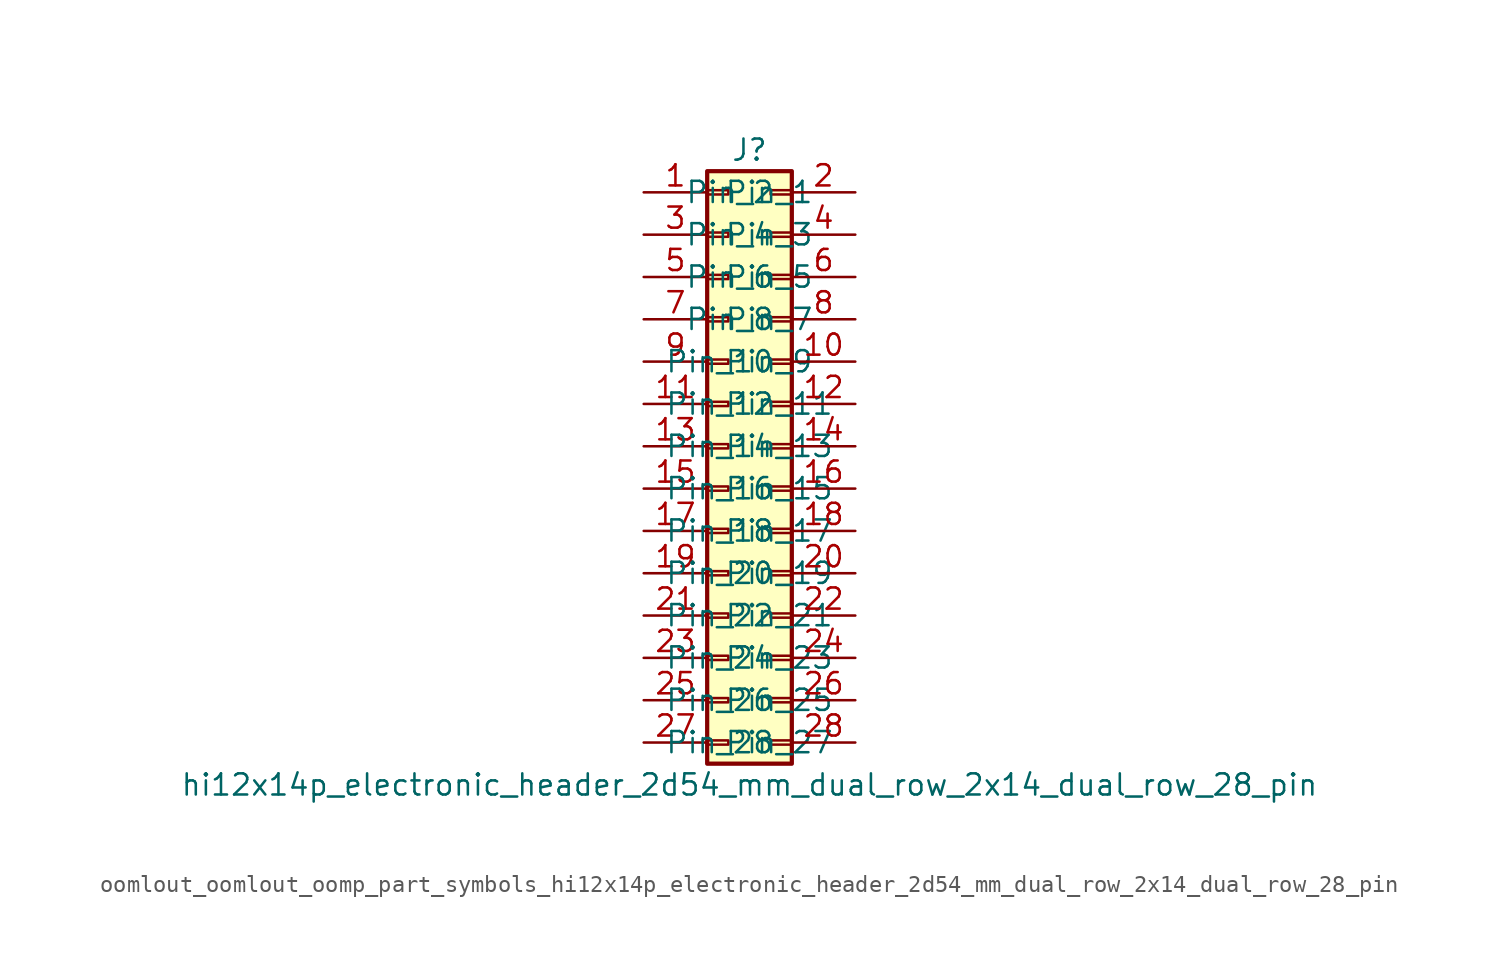
<source format=kicad_sym>
(kicad_symbol_lib
  (version 20220914)
  (generator kicad_symbol_editor)
  (symbol "oomlout_oomlout_oomp_part_symbols_hi12x14p_electronic_header_2d54_mm_dual_row_2x14_dual_row_28_pin"
    (pin_names
      (offset 1.016))
    (property "Reference" "J"
      (at 1.27 17.78 0)
      (effects (font (size 1.27 1.27))))
    (property "Value" "hi12x14p_electronic_header_2d54_mm_dual_row_2x14_dual_row_28_pin"
      (at 1.27 -20.32 0)
      (effects (font (size 1.27 1.27))))
    (symbol "oomlout_oomlout_oomp_part_symbols_hi12x14p_electronic_header_2d54_mm_dual_row_2x14_dual_row_28_pin_1_1"
      (rectangle (start -1.27 -17.653) (end 0 -17.907) (stroke (width 0.152) (type default)) (fill (type none)))
      (rectangle (start -1.27 -15.113) (end 0 -15.367) (stroke (width 0.152) (type default)) (fill (type none)))
      (rectangle (start -1.27 -12.573) (end 0 -12.827) (stroke (width 0.152) (type default)) (fill (type none)))
      (rectangle (start -1.27 -10.033) (end 0 -10.287) (stroke (width 0.152) (type default)) (fill (type none)))
      (rectangle (start -1.27 -7.493) (end 0 -7.747) (stroke (width 0.152) (type default)) (fill (type none)))
      (rectangle (start -1.27 -4.953) (end 0 -5.207) (stroke (width 0.152) (type default)) (fill (type none)))
      (rectangle (start -1.27 -2.413) (end 0 -2.667) (stroke (width 0.152) (type default)) (fill (type none)))
      (rectangle (start -1.27 0.127) (end 0 -0.127) (stroke (width 0.152) (type default)) (fill (type none)))
      (rectangle (start -1.27 2.667) (end 0 2.413) (stroke (width 0.152) (type default)) (fill (type none)))
      (rectangle (start -1.27 5.207) (end 0 4.953) (stroke (width 0.152) (type default)) (fill (type none)))
      (rectangle (start -1.27 7.747) (end 0 7.493) (stroke (width 0.152) (type default)) (fill (type none)))
      (rectangle (start -1.27 10.287) (end 0 10.033) (stroke (width 0.152) (type default)) (fill (type none)))
      (rectangle (start -1.27 12.827) (end 0 12.573) (stroke (width 0.152) (type default)) (fill (type none)))
      (rectangle (start -1.27 15.367) (end 0 15.113) (stroke (width 0.152) (type default)) (fill (type none)))
      (rectangle (start -1.27 16.51) (end 3.81 -19.05) (stroke (width 0.254) (type default)) (fill (type background)))
      (rectangle (start 3.81 -17.653) (end 2.54 -17.907) (stroke (width 0.152) (type default)) (fill (type none)))
      (rectangle (start 3.81 -15.113) (end 2.54 -15.367) (stroke (width 0.152) (type default)) (fill (type none)))
      (rectangle (start 3.81 -12.573) (end 2.54 -12.827) (stroke (width 0.152) (type default)) (fill (type none)))
      (rectangle (start 3.81 -10.033) (end 2.54 -10.287) (stroke (width 0.152) (type default)) (fill (type none)))
      (rectangle (start 3.81 -7.493) (end 2.54 -7.747) (stroke (width 0.152) (type default)) (fill (type none)))
      (rectangle (start 3.81 -4.953) (end 2.54 -5.207) (stroke (width 0.152) (type default)) (fill (type none)))
      (rectangle (start 3.81 -2.413) (end 2.54 -2.667) (stroke (width 0.152) (type default)) (fill (type none)))
      (rectangle (start 3.81 0.127) (end 2.54 -0.127) (stroke (width 0.152) (type default)) (fill (type none)))
      (rectangle (start 3.81 2.667) (end 2.54 2.413) (stroke (width 0.152) (type default)) (fill (type none)))
      (rectangle (start 3.81 5.207) (end 2.54 4.953) (stroke (width 0.152) (type default)) (fill (type none)))
      (rectangle (start 3.81 7.747) (end 2.54 7.493) (stroke (width 0.152) (type default)) (fill (type none)))
      (rectangle (start 3.81 10.287) (end 2.54 10.033) (stroke (width 0.152) (type default)) (fill (type none)))
      (rectangle (start 3.81 12.827) (end 2.54 12.573) (stroke (width 0.152) (type default)) (fill (type none)))
      (rectangle (start 3.81 15.367) (end 2.54 15.113) (stroke (width 0.152) (type default)) (fill (type none)))
      (pin passive line (at -5.08 15.24 0) (length 3.81) (name "Pin_1" (effects (font (size 1.27 1.27)))) (number "1" (effects (font (size 1.27 1.27)))))
      (pin passive line (at 7.62 5.08 180) (length 3.81) (name "Pin_10" (effects (font (size 1.27 1.27)))) (number "10" (effects (font (size 1.27 1.27)))))
      (pin passive line (at -5.08 2.54 0) (length 3.81) (name "Pin_11" (effects (font (size 1.27 1.27)))) (number "11" (effects (font (size 1.27 1.27)))))
      (pin passive line (at 7.62 2.54 180) (length 3.81) (name "Pin_12" (effects (font (size 1.27 1.27)))) (number "12" (effects (font (size 1.27 1.27)))))
      (pin passive line (at -5.08 0 0) (length 3.81) (name "Pin_13" (effects (font (size 1.27 1.27)))) (number "13" (effects (font (size 1.27 1.27)))))
      (pin passive line (at 7.62 0 180) (length 3.81) (name "Pin_14" (effects (font (size 1.27 1.27)))) (number "14" (effects (font (size 1.27 1.27)))))
      (pin passive line (at -5.08 -2.54 0) (length 3.81) (name "Pin_15" (effects (font (size 1.27 1.27)))) (number "15" (effects (font (size 1.27 1.27)))))
      (pin passive line (at 7.62 -2.54 180) (length 3.81) (name "Pin_16" (effects (font (size 1.27 1.27)))) (number "16" (effects (font (size 1.27 1.27)))))
      (pin passive line (at -5.08 -5.08 0) (length 3.81) (name "Pin_17" (effects (font (size 1.27 1.27)))) (number "17" (effects (font (size 1.27 1.27)))))
      (pin passive line (at 7.62 -5.08 180) (length 3.81) (name "Pin_18" (effects (font (size 1.27 1.27)))) (number "18" (effects (font (size 1.27 1.27)))))
      (pin passive line (at -5.08 -7.62 0) (length 3.81) (name "Pin_19" (effects (font (size 1.27 1.27)))) (number "19" (effects (font (size 1.27 1.27)))))
      (pin passive line (at 7.62 15.24 180) (length 3.81) (name "Pin_2" (effects (font (size 1.27 1.27)))) (number "2" (effects (font (size 1.27 1.27)))))
      (pin passive line (at 7.62 -7.62 180) (length 3.81) (name "Pin_20" (effects (font (size 1.27 1.27)))) (number "20" (effects (font (size 1.27 1.27)))))
      (pin passive line (at -5.08 -10.16 0) (length 3.81) (name "Pin_21" (effects (font (size 1.27 1.27)))) (number "21" (effects (font (size 1.27 1.27)))))
      (pin passive line (at 7.62 -10.16 180) (length 3.81) (name "Pin_22" (effects (font (size 1.27 1.27)))) (number "22" (effects (font (size 1.27 1.27)))))
      (pin passive line (at -5.08 -12.7 0) (length 3.81) (name "Pin_23" (effects (font (size 1.27 1.27)))) (number "23" (effects (font (size 1.27 1.27)))))
      (pin passive line (at 7.62 -12.7 180) (length 3.81) (name "Pin_24" (effects (font (size 1.27 1.27)))) (number "24" (effects (font (size 1.27 1.27)))))
      (pin passive line (at -5.08 -15.24 0) (length 3.81) (name "Pin_25" (effects (font (size 1.27 1.27)))) (number "25" (effects (font (size 1.27 1.27)))))
      (pin passive line (at 7.62 -15.24 180) (length 3.81) (name "Pin_26" (effects (font (size 1.27 1.27)))) (number "26" (effects (font (size 1.27 1.27)))))
      (pin passive line (at -5.08 -17.78 0) (length 3.81) (name "Pin_27" (effects (font (size 1.27 1.27)))) (number "27" (effects (font (size 1.27 1.27)))))
      (pin passive line (at 7.62 -17.78 180) (length 3.81) (name "Pin_28" (effects (font (size 1.27 1.27)))) (number "28" (effects (font (size 1.27 1.27)))))
      (pin passive line (at -5.08 12.7 0) (length 3.81) (name "Pin_3" (effects (font (size 1.27 1.27)))) (number "3" (effects (font (size 1.27 1.27)))))
      (pin passive line (at 7.62 12.7 180) (length 3.81) (name "Pin_4" (effects (font (size 1.27 1.27)))) (number "4" (effects (font (size 1.27 1.27)))))
      (pin passive line (at -5.08 10.16 0) (length 3.81) (name "Pin_5" (effects (font (size 1.27 1.27)))) (number "5" (effects (font (size 1.27 1.27)))))
      (pin passive line (at 7.62 10.16 180) (length 3.81) (name "Pin_6" (effects (font (size 1.27 1.27)))) (number "6" (effects (font (size 1.27 1.27)))))
      (pin passive line (at -5.08 7.62 0) (length 3.81) (name "Pin_7" (effects (font (size 1.27 1.27)))) (number "7" (effects (font (size 1.27 1.27)))))
      (pin passive line (at 7.62 7.62 180) (length 3.81) (name "Pin_8" (effects (font (size 1.27 1.27)))) (number "8" (effects (font (size 1.27 1.27)))))
      (pin passive line (at -5.08 5.08 0) (length 3.81) (name "Pin_9" (effects (font (size 1.27 1.27)))) (number "9" (effects (font (size 1.27 1.27))))))))
</source>
